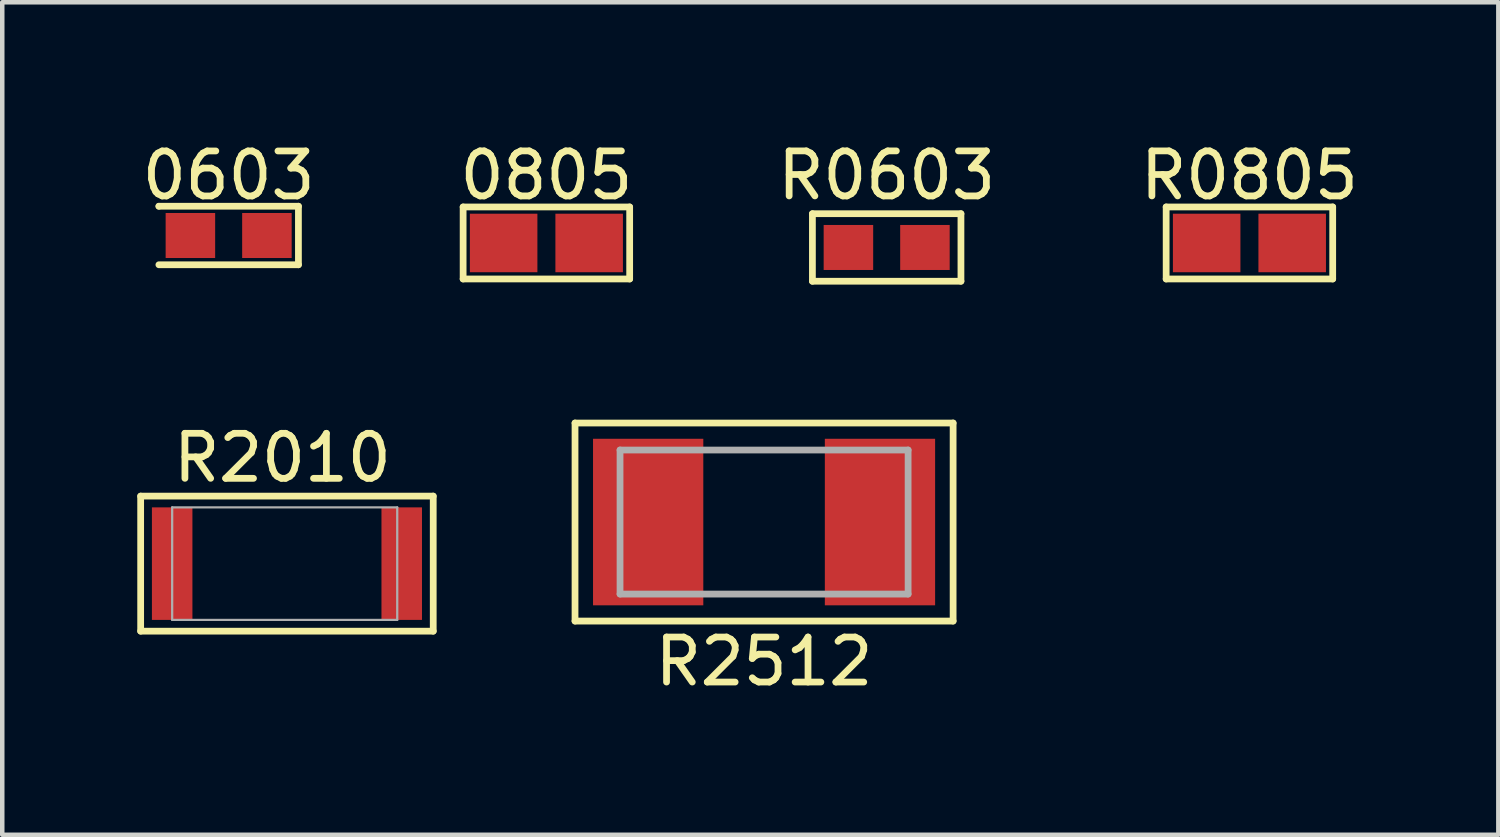
<source format=kicad_pcb>
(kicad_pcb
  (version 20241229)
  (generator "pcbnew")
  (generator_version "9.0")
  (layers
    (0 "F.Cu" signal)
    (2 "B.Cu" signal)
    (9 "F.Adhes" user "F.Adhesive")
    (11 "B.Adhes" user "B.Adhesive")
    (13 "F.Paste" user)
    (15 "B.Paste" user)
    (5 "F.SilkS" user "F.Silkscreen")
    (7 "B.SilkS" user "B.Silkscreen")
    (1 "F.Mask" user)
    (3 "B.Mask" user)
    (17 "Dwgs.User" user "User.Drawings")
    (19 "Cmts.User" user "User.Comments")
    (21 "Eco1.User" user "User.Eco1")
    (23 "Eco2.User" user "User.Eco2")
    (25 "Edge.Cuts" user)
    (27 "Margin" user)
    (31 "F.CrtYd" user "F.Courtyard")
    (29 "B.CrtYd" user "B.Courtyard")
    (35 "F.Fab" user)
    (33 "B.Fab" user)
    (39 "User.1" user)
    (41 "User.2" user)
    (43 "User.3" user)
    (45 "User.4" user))
  (footprint "0805"
    (layer "F.Cu")
    (at 9.089 2.348)
    (property "Reference" "0805" (at 0 -1.5 0) (layer "F.SilkS") (effects (font (size 1 1) (thickness 0.15))))
    (attr through_hole)
    (fp_line (start -1.85 -0.8) (end -1.85 0.8) (stroke (width 0.15) (type solid)) (layer "F.SilkS"))
    (fp_line (start -1.85 0.8) (end 1.85 0.8) (stroke (width 0.15) (type solid)) (layer "F.SilkS"))
    (fp_line (start 1.85 -0.8) (end -1.85 -0.8) (stroke (width 0.15) (type solid)) (layer "F.SilkS"))
    (fp_line (start 1.85 0.8) (end 1.85 -0.8) (stroke (width 0.15) (type solid)) (layer "F.SilkS"))
    (pad "1" smd rect (at 0.95 0) (size 1.5 1.3) (layers "F.Cu" "F.Mask" "F.Paste"))
    (pad "2" smd rect (at -0.95 0) (size 1.5 1.3) (layers "F.Cu" "F.Mask" "F.Paste")))
  (footprint "R0805"
    (layer "F.Cu")
    (at 24.708 2.348)
    (property "Reference" "R0805" (at 0 -1.5 0) (layer "F.SilkS") (effects (font (size 1 1) (thickness 0.15))))
    (attr through_hole)
    (fp_line (start -1.85 -0.8) (end -1.85 0.8) (stroke (width 0.15) (type solid)) (layer "F.SilkS"))
    (fp_line (start -1.85 0.8) (end 1.85 0.8) (stroke (width 0.15) (type solid)) (layer "F.SilkS"))
    (fp_line (start 1.85 -0.8) (end -1.85 -0.8) (stroke (width 0.15) (type solid)) (layer "F.SilkS"))
    (fp_line (start 1.85 0.8) (end 1.85 -0.8) (stroke (width 0.15) (type solid)) (layer "F.SilkS"))
    (pad "1" smd rect (at 0.95 0) (size 1.5 1.3) (layers "F.Cu" "F.Mask" "F.Paste"))
    (pad "2" smd rect (at -0.95 0) (size 1.5 1.3) (layers "F.Cu" "F.Mask" "F.Paste")))
  (footprint "0603"
    (layer "F.Cu")
    (at 2.03 2.182)
    (property "Reference" "0603" (at 0 -1.333 0) (layer "F.SilkS") (effects (font (size 1 1) (thickness 0.15))))
    (attr through_hole)
    (fp_line (start -1.55 -0.65) (end -1.55 -0.65) (stroke (width 0.15) (type solid)) (layer "F.SilkS"))
    (fp_line (start -1.55 0.65) (end 1.55 0.65) (stroke (width 0.15) (type solid)) (layer "F.SilkS"))
    (fp_line (start 1.55 -0.65) (end -1.55 -0.65) (stroke (width 0.15) (type solid)) (layer "F.SilkS"))
    (fp_line (start 1.55 0.65) (end 1.55 -0.65) (stroke (width 0.15) (type solid)) (layer "F.SilkS"))
    (pad "1" smd rect (at 0.85 0) (size 1.1 1) (layers "F.Cu" "F.Mask" "F.Paste"))
    (pad "2" smd rect (at -0.85 0) (size 1.1 1) (layers "F.Cu" "F.Mask" "F.Paste")))
  (footprint "R0603"
    (layer "F.Cu")
    (at 16.649 2.448)
    (property "Reference" "R0603" (at 0 -1.6 0) (layer "F.SilkS") (effects (font (size 1 1) (thickness 0.15))))
    (attr through_hole)
    (fp_line (start -1.65 -0.75) (end -1.65 0.75) (stroke (width 0.15) (type solid)) (layer "F.SilkS"))
    (fp_line (start -1.65 0.75) (end 1.65 0.75) (stroke (width 0.15) (type solid)) (layer "F.SilkS"))
    (fp_line (start 1.65 -0.75) (end -1.65 -0.75) (stroke (width 0.15) (type solid)) (layer "F.SilkS"))
    (fp_line (start 1.65 0.75) (end 1.65 -0.75) (stroke (width 0.15) (type solid)) (layer "F.SilkS"))
    (pad "1" smd rect (at 0.85 0) (size 1.1 1) (layers "F.Cu" "F.Mask" "F.Paste"))
    (pad "2" smd rect (at -0.85 0) (size 1.1 1) (layers "F.Cu" "F.Mask" "F.Paste")))
  (footprint "R2010"
    (layer "F.Cu")
    (at 3.275 9.472)
    (property "Reference" "R2010" (at -0.05 -2.35 0) (layer "F.SilkS") (effects (font (size 1 1) (thickness 0.15))))
    (attr through_hole)
    (fp_line (start -3.2 -1.5) (end 3.3 -1.5) (stroke (width 0.15) (type solid)) (layer "F.SilkS"))
    (fp_line (start -3.2 1.5) (end -3.2 -1.5) (stroke (width 0.15) (type solid)) (layer "F.SilkS"))
    (fp_line (start 3.3 -1.5) (end 3.3 1.5) (stroke (width 0.15) (type solid)) (layer "F.SilkS"))
    (fp_line (start 3.3 1.5) (end -3.2 1.5) (stroke (width 0.15) (type solid)) (layer "F.SilkS"))
    (fp_line (start -2.5 -1.25) (end 2.5 -1.25) (stroke (width 0.05) (type solid)) (layer "F.Fab"))
    (fp_line (start -2.5 1.25) (end -2.5 -1.25) (stroke (width 0.05) (type solid)) (layer "F.Fab"))
    (fp_line (start 2.5 -1.25) (end 2.5 1.25) (stroke (width 0.05) (type solid)) (layer "F.Fab"))
    (fp_line (start 2.5 1.25) (end -2.5 1.25) (stroke (width 0.05) (type solid)) (layer "F.Fab"))
    (pad "1" smd rect (at -2.5 0) (size 0.9 2.5) (layers "F.Cu" "F.Mask" "F.Paste"))
    (pad "2" smd rect (at 2.6 0) (size 0.9 2.5) (layers "F.Cu" "F.Mask" "F.Paste")))
  (footprint "R2512"
    (layer "F.Cu")
    (at 13.925 8.548)
    (property "Reference" "R2512" (at 0 3.1 0) (layer "F.SilkS") (effects (font (size 1 1) (thickness 0.15))))
    (attr through_hole)
    (fp_line (start -4.2 -2.2) (end 4.2 -2.2) (stroke (width 0.15) (type solid)) (layer "F.SilkS"))
    (fp_line (start -4.2 2.2) (end -4.2 -2.2) (stroke (width 0.15) (type solid)) (layer "F.SilkS"))
    (fp_line (start 4.2 -2.2) (end 4.2 2.2) (stroke (width 0.15) (type solid)) (layer "F.SilkS"))
    (fp_line (start 4.2 2.2) (end -4.2 2.2) (stroke (width 0.15) (type solid)) (layer "F.SilkS"))
    (fp_line (start -3.2 -1.6) (end 3.2 -1.6) (stroke (width 0.15) (type solid)) (layer "F.Fab"))
    (fp_line (start -3.2 1.6) (end -3.2 -1.6) (stroke (width 0.15) (type solid)) (layer "F.Fab"))
    (fp_line (start 3.2 -1.6) (end 3.2 1.6) (stroke (width 0.15) (type solid)) (layer "F.Fab"))
    (fp_line (start 3.2 1.6) (end -3.2 1.6) (stroke (width 0.15) (type solid)) (layer "F.Fab"))
    (pad "1" smd rect (at -2.575 0) (size 2.45 3.7) (layers "F.Cu" "F.Mask" "F.Paste"))
    (pad "2" smd rect (at 2.575 0) (size 2.45 3.7) (layers "F.Cu" "F.Mask" "F.Paste")))
  (gr_rect
    (start -3 -3)
    (end 30.238 15.496)
    (stroke (width 0.1) (type default))
    (fill no)
    (layer "Edge.Cuts")))
</source>
